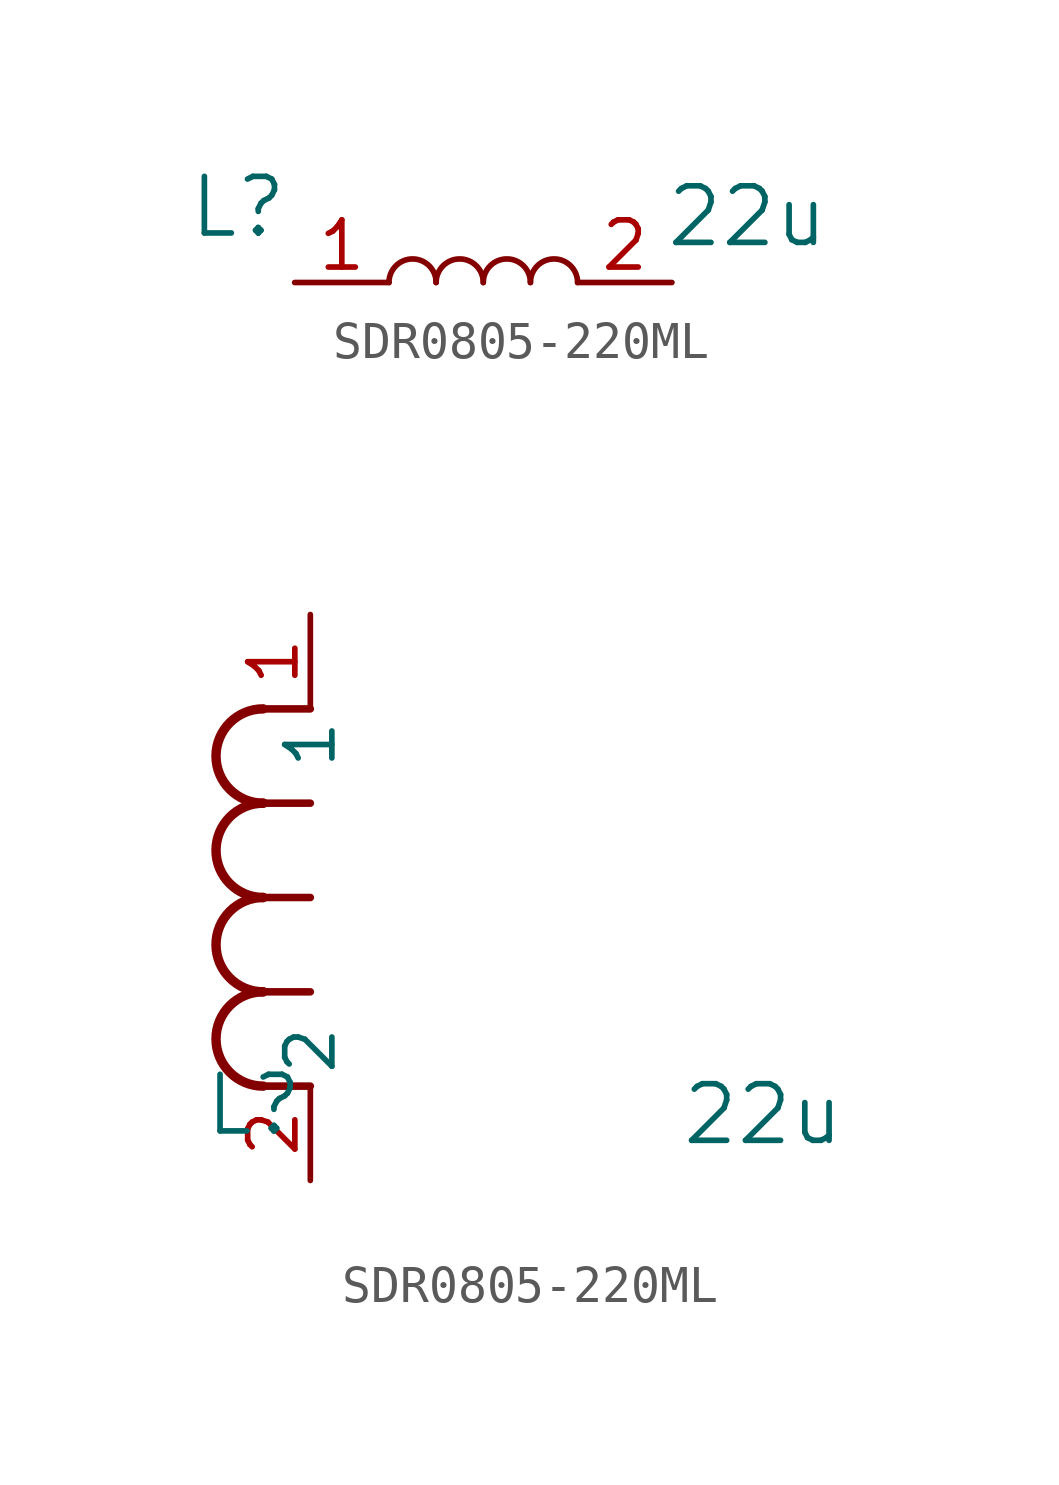
<source format=kicad_sym>
(kicad_symbol_lib
  (version 20241209)
  (generator "kicad_symbol_editor")
  (generator_version "9.0")
  (symbol "SDR0805-220ML"
    (pin_names
      (offset 0.254))
    (property "Reference" "L"
      (at -1.524 2.032 0)
      (effects (font (size 1.524 1.524))))
    (property "Value" "22u"
      (at 12.192 1.778 0)
      (effects (font (size 1.524 1.524))))
    (symbol "SDR0805-220ML_0_1"
      (arc (start 2.54 0) (mid 3.175 0.6323) (end 3.81 0) (stroke (width 0) (type default)) (fill (type none)))
      (arc (start 3.81 0) (mid 4.445 0.6323) (end 5.08 0) (stroke (width 0) (type default)) (fill (type none)))
      (arc (start 5.08 0) (mid 5.715 0.6323) (end 6.35 0) (stroke (width 0) (type default)) (fill (type none)))
      (arc (start 6.35 0) (mid 6.985 0.6323) (end 7.62 0) (stroke (width 0) (type default)) (fill (type none))))
    (symbol "SDR0805-220ML_1_1"
      (pin passive line (at 0 0 0) (length 2.54) (name "" (effects (font (size 1.27 1.27)))) (number "1" (effects (font (size 1.27 1.27)))))
      (pin passive line (at 10.16 0 180) (length 2.54) (name "" (effects (font (size 1.27 1.27)))) (number "2" (effects (font (size 1.27 1.27))))))
    (symbol "SDR0805-220ML_1_2"
      (arc (start -1.27 10.16) (mid -2.5344 11.43) (end -1.27 12.7) (stroke (width 0.254) (type default)) (fill (type none)))
      (arc (start -1.27 7.62) (mid -2.5344 8.89) (end -1.27 10.16) (stroke (width 0.254) (type default)) (fill (type none)))
      (arc (start -1.27 5.08) (mid -2.5344 6.35) (end -1.27 7.62) (stroke (width 0.254) (type default)) (fill (type none)))
      (arc (start -1.27 2.54) (mid -2.5344 3.81) (end -1.27 5.08) (stroke (width 0.254) (type default)) (fill (type none)))
      (polyline (pts (xy 0 12.7) (xy -1.27 12.7)) (stroke (width 0.203) (type default)) (fill (type none)))
      (polyline (pts (xy 0 10.16) (xy -1.27 10.16)) (stroke (width 0.203) (type default)) (fill (type none)))
      (polyline (pts (xy 0 7.62) (xy -1.27 7.62)) (stroke (width 0.203) (type default)) (fill (type none)))
      (polyline (pts (xy 0 5.08) (xy -1.27 5.08)) (stroke (width 0.203) (type default)) (fill (type none)))
      (polyline (pts (xy 0 2.54) (xy -1.27 2.54)) (stroke (width 0.203) (type default)) (fill (type none)))
      (pin unspecified line (at 0 15.24 270) (length 2.54) (name "1" (effects (font (size 1.27 1.27)))) (number "1" (effects (font (size 1.27 1.27)))))
      (pin unspecified line (at 0 0 90) (length 2.54) (name "2" (effects (font (size 1.27 1.27)))) (number "2" (effects (font (size 1.27 1.27))))))))
</source>
